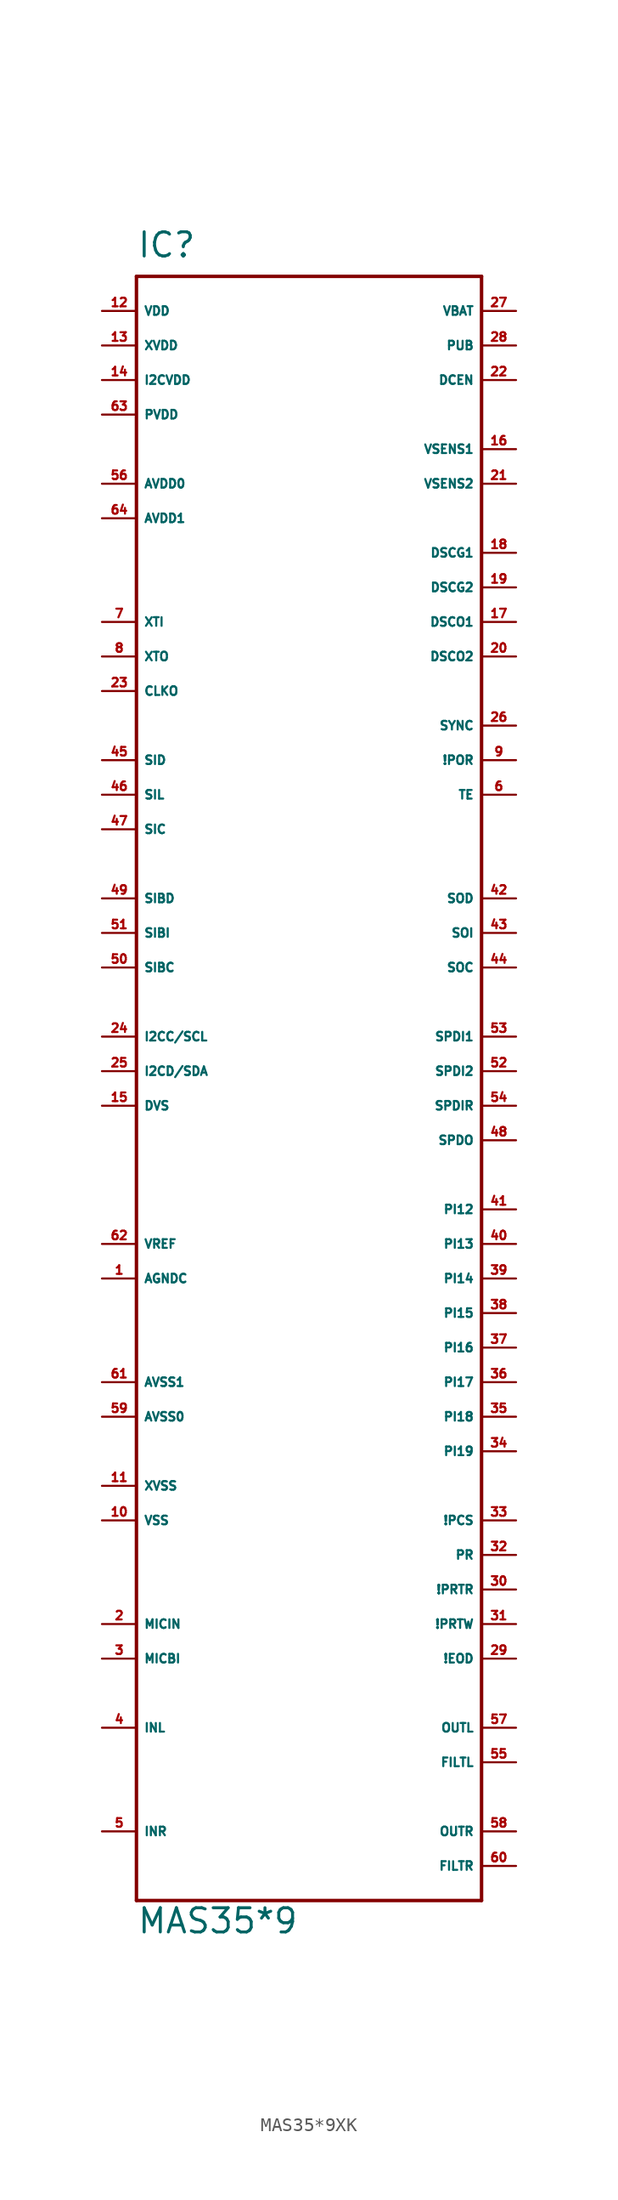
<source format=kicad_sym>
(kicad_symbol_lib
  (version 20220914)
  (generator Eagle2Kicad)
  (symbol "MAS35*9XK"
    (property "Reference" "IC"
      (at -12.7 59.69 0)
      (effects (font (size 1.778 1.778) (thickness 0.22)) (justify left bottom)))
    (property "Value" "MAS35*9"
      (at -12.7 -63.5 0)
      (effects (font (size 1.778 1.778) (thickness 0.22)) (justify left bottom)))
    (polyline
      (pts (xy -12.7 58.42) (xy 12.7 58.42))
      (stroke (width 0.254) (type default))
      (fill (type none)))
    (polyline
      (pts (xy 12.7 58.42) (xy 12.7 -60.96))
      (stroke (width 0.254) (type default))
      (fill (type none)))
    (polyline
      (pts (xy 12.7 -60.96) (xy -12.7 -60.96))
      (stroke (width 0.254) (type default))
      (fill (type none)))
    (polyline
      (pts (xy -12.7 -60.96) (xy -12.7 58.42))
      (stroke (width 0.254) (type default))
      (fill (type none)))
    (pin input line
      (at -15.24 -40.64 0)
      (length 2.54)
      (name "MICIN" (effects (font (size 0.635 0.635) (thickness 0.08)) (justify left bottom)))
      (number "2" (effects (font (size 0.635 0.635) (thickness 0.08)) (justify left bottom))))
    (pin input line
      (at -15.24 -48.26 0)
      (length 2.54)
      (name "INL" (effects (font (size 0.635 0.635) (thickness 0.08)) (justify left bottom)))
      (number "4" (effects (font (size 0.635 0.635) (thickness 0.08)) (justify left bottom))))
    (pin input line
      (at 15.24 2.54 180)
      (length 2.54)
      (name "SPDI1" (effects (font (size 0.635 0.635) (thickness 0.08)) (justify left bottom)))
      (number "53" (effects (font (size 0.635 0.635) (thickness 0.08)) (justify left bottom))))
    (pin input line
      (at 15.24 0 180)
      (length 2.54)
      (name "SPDI2" (effects (font (size 0.635 0.635) (thickness 0.08)) (justify left bottom)))
      (number "52" (effects (font (size 0.635 0.635) (thickness 0.08)) (justify left bottom))))
    (pin input line
      (at 15.24 55.88 180)
      (length 2.54)
      (name "VBAT" (effects (font (size 0.635 0.635) (thickness 0.08)) (justify left bottom)))
      (number "27" (effects (font (size 0.635 0.635) (thickness 0.08)) (justify left bottom))))
    (pin input line
      (at -15.24 33.02 0)
      (length 2.54)
      (name "XTI" (effects (font (size 0.635 0.635) (thickness 0.08)) (justify left bottom)))
      (number "7" (effects (font (size 0.635 0.635) (thickness 0.08)) (justify left bottom))))
    (pin output line
      (at -15.24 30.48 0)
      (length 2.54)
      (name "XTO" (effects (font (size 0.635 0.635) (thickness 0.08)) (justify left bottom)))
      (number "8" (effects (font (size 0.635 0.635) (thickness 0.08)) (justify left bottom))))
    (pin unspecified line
      (at -15.24 -15.24 0)
      (length 2.54)
      (name "AGNDC" (effects (font (size 0.635 0.635) (thickness 0.08)) (justify left bottom)))
      (number "1" (effects (font (size 0.635 0.635) (thickness 0.08)) (justify left bottom))))
    (pin input line
      (at -15.24 -43.18 0)
      (length 2.54)
      (name "MICBI" (effects (font (size 0.635 0.635) (thickness 0.08)) (justify left bottom)))
      (number "3" (effects (font (size 0.635 0.635) (thickness 0.08)) (justify left bottom))))
    (pin input line
      (at -15.24 -55.88 0)
      (length 2.54)
      (name "INR" (effects (font (size 0.635 0.635) (thickness 0.08)) (justify left bottom)))
      (number "5" (effects (font (size 0.635 0.635) (thickness 0.08)) (justify left bottom))))
    (pin input line
      (at 15.24 20.32 180)
      (length 2.54)
      (name "TE" (effects (font (size 0.635 0.635) (thickness 0.08)) (justify left bottom)))
      (number "6" (effects (font (size 0.635 0.635) (thickness 0.08)) (justify left bottom))))
    (pin input line
      (at 15.24 22.86 180)
      (length 2.54)
      (name "!POR" (effects (font (size 0.635 0.635) (thickness 0.08)) (justify left bottom)))
      (number "9" (effects (font (size 0.635 0.635) (thickness 0.08)) (justify left bottom))))
    (pin input line
      (at -15.24 -33.02 0)
      (length 2.54)
      (name "VSS" (effects (font (size 0.635 0.635) (thickness 0.08)) (justify left bottom)))
      (number "10" (effects (font (size 0.635 0.635) (thickness 0.08)) (justify left bottom))))
    (pin input line
      (at -15.24 -30.48 0)
      (length 2.54)
      (name "XVSS" (effects (font (size 0.635 0.635) (thickness 0.08)) (justify left bottom)))
      (number "11" (effects (font (size 0.635 0.635) (thickness 0.08)) (justify left bottom))))
    (pin input line
      (at -15.24 55.88 0)
      (length 2.54)
      (name "VDD" (effects (font (size 0.635 0.635) (thickness 0.08)) (justify left bottom)))
      (number "12" (effects (font (size 0.635 0.635) (thickness 0.08)) (justify left bottom))))
    (pin input line
      (at -15.24 53.34 0)
      (length 2.54)
      (name "XVDD" (effects (font (size 0.635 0.635) (thickness 0.08)) (justify left bottom)))
      (number "13" (effects (font (size 0.635 0.635) (thickness 0.08)) (justify left bottom))))
    (pin input line
      (at -15.24 50.8 0)
      (length 2.54)
      (name "I2CVDD" (effects (font (size 0.635 0.635) (thickness 0.08)) (justify left bottom)))
      (number "14" (effects (font (size 0.635 0.635) (thickness 0.08)) (justify left bottom))))
    (pin input line
      (at -15.24 -2.54 0)
      (length 2.54)
      (name "DVS" (effects (font (size 0.635 0.635) (thickness 0.08)) (justify left bottom)))
      (number "15" (effects (font (size 0.635 0.635) (thickness 0.08)) (justify left bottom))))
    (pin bidirectional line
      (at 15.24 45.72 180)
      (length 2.54)
      (name "VSENS1" (effects (font (size 0.635 0.635) (thickness 0.08)) (justify left bottom)))
      (number "16" (effects (font (size 0.635 0.635) (thickness 0.08)) (justify left bottom))))
    (pin unspecified line
      (at 15.24 33.02 180)
      (length 2.54)
      (name "DSCO1" (effects (font (size 0.635 0.635) (thickness 0.08)) (justify left bottom)))
      (number "17" (effects (font (size 0.635 0.635) (thickness 0.08)) (justify left bottom))))
    (pin unspecified line
      (at 15.24 30.48 180)
      (length 2.54)
      (name "DSCO2" (effects (font (size 0.635 0.635) (thickness 0.08)) (justify left bottom)))
      (number "20" (effects (font (size 0.635 0.635) (thickness 0.08)) (justify left bottom))))
    (pin unspecified line
      (at 15.24 38.1 180)
      (length 2.54)
      (name "DSCG1" (effects (font (size 0.635 0.635) (thickness 0.08)) (justify left bottom)))
      (number "18" (effects (font (size 0.635 0.635) (thickness 0.08)) (justify left bottom))))
    (pin unspecified line
      (at 15.24 35.56 180)
      (length 2.54)
      (name "DSCG2" (effects (font (size 0.635 0.635) (thickness 0.08)) (justify left bottom)))
      (number "19" (effects (font (size 0.635 0.635) (thickness 0.08)) (justify left bottom))))
    (pin bidirectional line
      (at 15.24 43.18 180)
      (length 2.54)
      (name "VSENS2" (effects (font (size 0.635 0.635) (thickness 0.08)) (justify left bottom)))
      (number "21" (effects (font (size 0.635 0.635) (thickness 0.08)) (justify left bottom))))
    (pin input line
      (at 15.24 50.8 180)
      (length 2.54)
      (name "DCEN" (effects (font (size 0.635 0.635) (thickness 0.08)) (justify left bottom)))
      (number "22" (effects (font (size 0.635 0.635) (thickness 0.08)) (justify left bottom))))
    (pin output line
      (at -15.24 27.94 0)
      (length 2.54)
      (name "CLKO" (effects (font (size 0.635 0.635) (thickness 0.08)) (justify left bottom)))
      (number "23" (effects (font (size 0.635 0.635) (thickness 0.08)) (justify left bottom))))
    (pin bidirectional line
      (at -15.24 2.54 0)
      (length 2.54)
      (name "I2CC/SCL" (effects (font (size 0.635 0.635) (thickness 0.08)) (justify left bottom)))
      (number "24" (effects (font (size 0.635 0.635) (thickness 0.08)) (justify left bottom))))
    (pin bidirectional line
      (at -15.24 0 0)
      (length 2.54)
      (name "I2CD/SDA" (effects (font (size 0.635 0.635) (thickness 0.08)) (justify left bottom)))
      (number "25" (effects (font (size 0.635 0.635) (thickness 0.08)) (justify left bottom))))
    (pin output line
      (at 15.24 25.4 180)
      (length 2.54)
      (name "SYNC" (effects (font (size 0.635 0.635) (thickness 0.08)) (justify left bottom)))
      (number "26" (effects (font (size 0.635 0.635) (thickness 0.08)) (justify left bottom))))
    (pin output line
      (at 15.24 53.34 180)
      (length 2.54)
      (name "PUB" (effects (font (size 0.635 0.635) (thickness 0.08)) (justify left bottom)))
      (number "28" (effects (font (size 0.635 0.635) (thickness 0.08)) (justify left bottom))))
    (pin output line
      (at 15.24 -43.18 180)
      (length 2.54)
      (name "!EOD" (effects (font (size 0.635 0.635) (thickness 0.08)) (justify left bottom)))
      (number "29" (effects (font (size 0.635 0.635) (thickness 0.08)) (justify left bottom))))
    (pin output line
      (at 15.24 -38.1 180)
      (length 2.54)
      (name "!PRTR" (effects (font (size 0.635 0.635) (thickness 0.08)) (justify left bottom)))
      (number "30" (effects (font (size 0.635 0.635) (thickness 0.08)) (justify left bottom))))
    (pin output line
      (at 15.24 -40.64 180)
      (length 2.54)
      (name "!PRTW" (effects (font (size 0.635 0.635) (thickness 0.08)) (justify left bottom)))
      (number "31" (effects (font (size 0.635 0.635) (thickness 0.08)) (justify left bottom))))
    (pin input line
      (at 15.24 -35.56 180)
      (length 2.54)
      (name "PR" (effects (font (size 0.635 0.635) (thickness 0.08)) (justify left bottom)))
      (number "32" (effects (font (size 0.635 0.635) (thickness 0.08)) (justify left bottom))))
    (pin input line
      (at 15.24 -33.02 180)
      (length 2.54)
      (name "!PCS" (effects (font (size 0.635 0.635) (thickness 0.08)) (justify left bottom)))
      (number "33" (effects (font (size 0.635 0.635) (thickness 0.08)) (justify left bottom))))
    (pin bidirectional line
      (at 15.24 -10.16 180)
      (length 2.54)
      (name "PI12" (effects (font (size 0.635 0.635) (thickness 0.08)) (justify left bottom)))
      (number "41" (effects (font (size 0.635 0.635) (thickness 0.08)) (justify left bottom))))
    (pin bidirectional line
      (at 15.24 -12.7 180)
      (length 2.54)
      (name "PI13" (effects (font (size 0.635 0.635) (thickness 0.08)) (justify left bottom)))
      (number "40" (effects (font (size 0.635 0.635) (thickness 0.08)) (justify left bottom))))
    (pin bidirectional line
      (at 15.24 -15.24 180)
      (length 2.54)
      (name "PI14" (effects (font (size 0.635 0.635) (thickness 0.08)) (justify left bottom)))
      (number "39" (effects (font (size 0.635 0.635) (thickness 0.08)) (justify left bottom))))
    (pin bidirectional line
      (at 15.24 -17.78 180)
      (length 2.54)
      (name "PI15" (effects (font (size 0.635 0.635) (thickness 0.08)) (justify left bottom)))
      (number "38" (effects (font (size 0.635 0.635) (thickness 0.08)) (justify left bottom))))
    (pin bidirectional line
      (at 15.24 -20.32 180)
      (length 2.54)
      (name "PI16" (effects (font (size 0.635 0.635) (thickness 0.08)) (justify left bottom)))
      (number "37" (effects (font (size 0.635 0.635) (thickness 0.08)) (justify left bottom))))
    (pin bidirectional line
      (at 15.24 -22.86 180)
      (length 2.54)
      (name "PI17" (effects (font (size 0.635 0.635) (thickness 0.08)) (justify left bottom)))
      (number "36" (effects (font (size 0.635 0.635) (thickness 0.08)) (justify left bottom))))
    (pin bidirectional line
      (at 15.24 -25.4 180)
      (length 2.54)
      (name "PI18" (effects (font (size 0.635 0.635) (thickness 0.08)) (justify left bottom)))
      (number "35" (effects (font (size 0.635 0.635) (thickness 0.08)) (justify left bottom))))
    (pin bidirectional line
      (at 15.24 -27.94 180)
      (length 2.54)
      (name "PI19" (effects (font (size 0.635 0.635) (thickness 0.08)) (justify left bottom)))
      (number "34" (effects (font (size 0.635 0.635) (thickness 0.08)) (justify left bottom))))
    (pin output line
      (at 15.24 10.16 180)
      (length 2.54)
      (name "SOI" (effects (font (size 0.635 0.635) (thickness 0.08)) (justify left bottom)))
      (number "43" (effects (font (size 0.635 0.635) (thickness 0.08)) (justify left bottom))))
    (pin output line
      (at 15.24 12.7 180)
      (length 2.54)
      (name "SOD" (effects (font (size 0.635 0.635) (thickness 0.08)) (justify left bottom)))
      (number "42" (effects (font (size 0.635 0.635) (thickness 0.08)) (justify left bottom))))
    (pin output line
      (at 15.24 7.62 180)
      (length 2.54)
      (name "SOC" (effects (font (size 0.635 0.635) (thickness 0.08)) (justify left bottom)))
      (number "44" (effects (font (size 0.635 0.635) (thickness 0.08)) (justify left bottom))))
    (pin bidirectional line
      (at -15.24 22.86 0)
      (length 2.54)
      (name "SID" (effects (font (size 0.635 0.635) (thickness 0.08)) (justify left bottom)))
      (number "45" (effects (font (size 0.635 0.635) (thickness 0.08)) (justify left bottom))))
    (pin bidirectional line
      (at -15.24 20.32 0)
      (length 2.54)
      (name "SIL" (effects (font (size 0.635 0.635) (thickness 0.08)) (justify left bottom)))
      (number "46" (effects (font (size 0.635 0.635) (thickness 0.08)) (justify left bottom))))
    (pin bidirectional line
      (at -15.24 17.78 0)
      (length 2.54)
      (name "SIC" (effects (font (size 0.635 0.635) (thickness 0.08)) (justify left bottom)))
      (number "47" (effects (font (size 0.635 0.635) (thickness 0.08)) (justify left bottom))))
    (pin output line
      (at 15.24 -5.08 180)
      (length 2.54)
      (name "SPDO" (effects (font (size 0.635 0.635) (thickness 0.08)) (justify left bottom)))
      (number "48" (effects (font (size 0.635 0.635) (thickness 0.08)) (justify left bottom))))
    (pin input line
      (at -15.24 12.7 0)
      (length 2.54)
      (name "SIBD" (effects (font (size 0.635 0.635) (thickness 0.08)) (justify left bottom)))
      (number "49" (effects (font (size 0.635 0.635) (thickness 0.08)) (justify left bottom))))
    (pin input line
      (at -15.24 7.62 0)
      (length 2.54)
      (name "SIBC" (effects (font (size 0.635 0.635) (thickness 0.08)) (justify left bottom)))
      (number "50" (effects (font (size 0.635 0.635) (thickness 0.08)) (justify left bottom))))
    (pin input line
      (at -15.24 10.16 0)
      (length 2.54)
      (name "SIBI" (effects (font (size 0.635 0.635) (thickness 0.08)) (justify left bottom)))
      (number "51" (effects (font (size 0.635 0.635) (thickness 0.08)) (justify left bottom))))
    (pin input line
      (at 15.24 -2.54 180)
      (length 2.54)
      (name "SPDIR" (effects (font (size 0.635 0.635) (thickness 0.08)) (justify left bottom)))
      (number "54" (effects (font (size 0.635 0.635) (thickness 0.08)) (justify left bottom))))
    (pin input line
      (at 15.24 -50.8 180)
      (length 2.54)
      (name "FILTL" (effects (font (size 0.635 0.635) (thickness 0.08)) (justify left bottom)))
      (number "55" (effects (font (size 0.635 0.635) (thickness 0.08)) (justify left bottom))))
    (pin input line
      (at -15.24 43.18 0)
      (length 2.54)
      (name "AVDD0" (effects (font (size 0.635 0.635) (thickness 0.08)) (justify left bottom)))
      (number "56" (effects (font (size 0.635 0.635) (thickness 0.08)) (justify left bottom))))
    (pin input line
      (at 15.24 -58.42 180)
      (length 2.54)
      (name "FILTR" (effects (font (size 0.635 0.635) (thickness 0.08)) (justify left bottom)))
      (number "60" (effects (font (size 0.635 0.635) (thickness 0.08)) (justify left bottom))))
    (pin output line
      (at 15.24 -48.26 180)
      (length 2.54)
      (name "OUTL" (effects (font (size 0.635 0.635) (thickness 0.08)) (justify left bottom)))
      (number "57" (effects (font (size 0.635 0.635) (thickness 0.08)) (justify left bottom))))
    (pin output line
      (at 15.24 -55.88 180)
      (length 2.54)
      (name "OUTR" (effects (font (size 0.635 0.635) (thickness 0.08)) (justify left bottom)))
      (number "58" (effects (font (size 0.635 0.635) (thickness 0.08)) (justify left bottom))))
    (pin unspecified line
      (at -15.24 -25.4 0)
      (length 2.54)
      (name "AVSS0" (effects (font (size 0.635 0.635) (thickness 0.08)) (justify left bottom)))
      (number "59" (effects (font (size 0.635 0.635) (thickness 0.08)) (justify left bottom))))
    (pin unspecified line
      (at -15.24 -22.86 0)
      (length 2.54)
      (name "AVSS1" (effects (font (size 0.635 0.635) (thickness 0.08)) (justify left bottom)))
      (number "61" (effects (font (size 0.635 0.635) (thickness 0.08)) (justify left bottom))))
    (pin input line
      (at -15.24 -12.7 0)
      (length 2.54)
      (name "VREF" (effects (font (size 0.635 0.635) (thickness 0.08)) (justify left bottom)))
      (number "62" (effects (font (size 0.635 0.635) (thickness 0.08)) (justify left bottom))))
    (pin unspecified line
      (at -15.24 48.26 0)
      (length 2.54)
      (name "PVDD" (effects (font (size 0.635 0.635) (thickness 0.08)) (justify left bottom)))
      (number "63" (effects (font (size 0.635 0.635) (thickness 0.08)) (justify left bottom))))
    (pin unspecified line
      (at -15.24 40.64 0)
      (length 2.54)
      (name "AVDD1" (effects (font (size 0.635 0.635) (thickness 0.08)) (justify left bottom)))
      (number "64" (effects (font (size 0.635 0.635) (thickness 0.08)) (justify left bottom))))))
</source>
